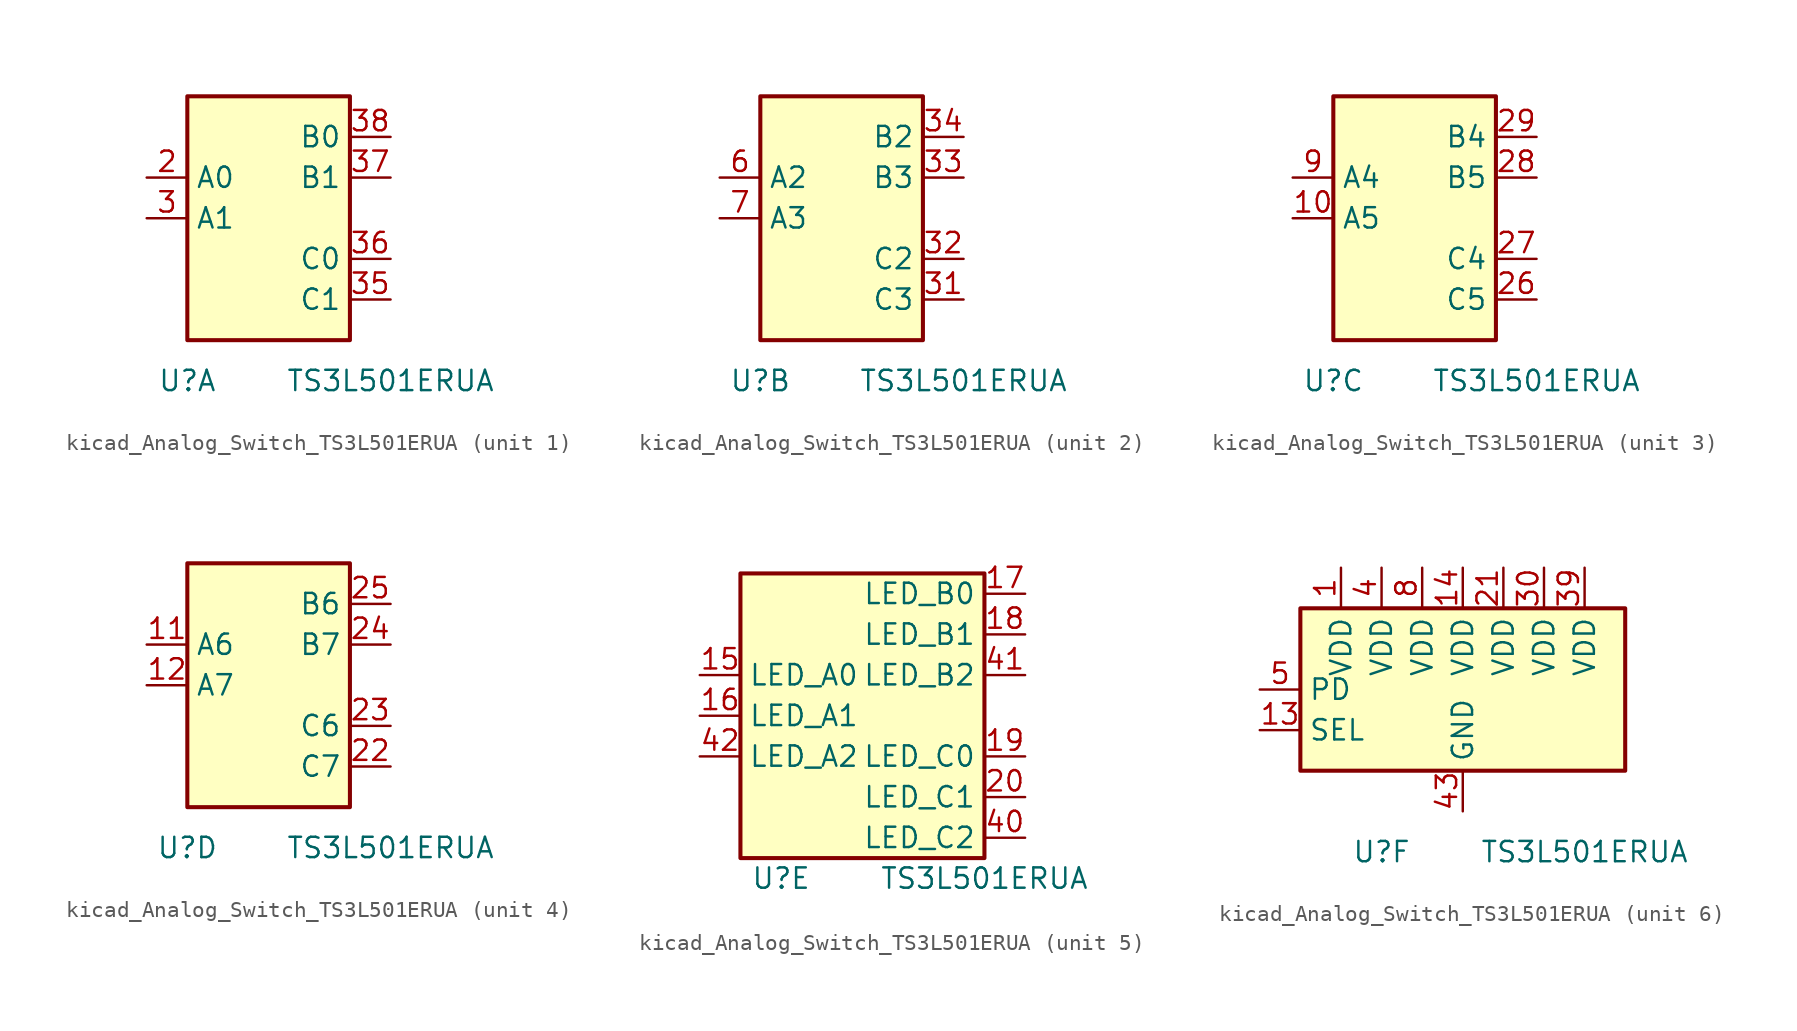
<source format=kicad_sym>
(kicad_symbol_lib
  (version 20220914)
  (generator kicad_symbol_editor)
  (symbol "kicad_Analog_Switch_TS3L501ERUA"
    (property "Reference" "U"
      (at -5.08 -10.16 0)
      (effects (font (size 1.27 1.27))))
    (property "Value" "TS3L501ERUA"
      (at 7.62 -10.16 0)
      (effects (font (size 1.27 1.27))))
    (property "ki_locked" ""
      (at 0 0 0)
      (effects (font (size 1.27 1.27))))
    (symbol "kicad_Analog_Switch_TS3L501ERUA_1_1"
      (rectangle (start -5.08 7.62) (end 5.08 -7.62) (stroke (width 0.254) (type default)) (fill (type background)))
      (pin bidirectional line (at -7.62 2.54 0) (length 2.54) (name "A0" (effects (font (size 1.27 1.27)))) (number "2" (effects (font (size 1.27 1.27)))))
      (pin bidirectional line (at -7.62 0 0) (length 2.54) (name "A1" (effects (font (size 1.27 1.27)))) (number "3" (effects (font (size 1.27 1.27)))))
      (pin bidirectional line (at 7.62 -5.08 180) (length 2.54) (name "C1" (effects (font (size 1.27 1.27)))) (number "35" (effects (font (size 1.27 1.27)))))
      (pin bidirectional line (at 7.62 -2.54 180) (length 2.54) (name "C0" (effects (font (size 1.27 1.27)))) (number "36" (effects (font (size 1.27 1.27)))))
      (pin bidirectional line (at 7.62 2.54 180) (length 2.54) (name "B1" (effects (font (size 1.27 1.27)))) (number "37" (effects (font (size 1.27 1.27)))))
      (pin bidirectional line (at 7.62 5.08 180) (length 2.54) (name "B0" (effects (font (size 1.27 1.27)))) (number "38" (effects (font (size 1.27 1.27))))))
    (symbol "kicad_Analog_Switch_TS3L501ERUA_2_1"
      (rectangle (start -5.08 7.62) (end 5.08 -7.62) (stroke (width 0.254) (type default)) (fill (type background)))
      (pin bidirectional line (at 7.62 -5.08 180) (length 2.54) (name "C3" (effects (font (size 1.27 1.27)))) (number "31" (effects (font (size 1.27 1.27)))))
      (pin bidirectional line (at 7.62 -2.54 180) (length 2.54) (name "C2" (effects (font (size 1.27 1.27)))) (number "32" (effects (font (size 1.27 1.27)))))
      (pin bidirectional line (at 7.62 2.54 180) (length 2.54) (name "B3" (effects (font (size 1.27 1.27)))) (number "33" (effects (font (size 1.27 1.27)))))
      (pin bidirectional line (at 7.62 5.08 180) (length 2.54) (name "B2" (effects (font (size 1.27 1.27)))) (number "34" (effects (font (size 1.27 1.27)))))
      (pin bidirectional line (at -7.62 2.54 0) (length 2.54) (name "A2" (effects (font (size 1.27 1.27)))) (number "6" (effects (font (size 1.27 1.27)))))
      (pin bidirectional line (at -7.62 0 0) (length 2.54) (name "A3" (effects (font (size 1.27 1.27)))) (number "7" (effects (font (size 1.27 1.27))))))
    (symbol "kicad_Analog_Switch_TS3L501ERUA_3_1"
      (rectangle (start -5.08 7.62) (end 5.08 -7.62) (stroke (width 0.254) (type default)) (fill (type background)))
      (pin bidirectional line (at -7.62 0 0) (length 2.54) (name "A5" (effects (font (size 1.27 1.27)))) (number "10" (effects (font (size 1.27 1.27)))))
      (pin bidirectional line (at 7.62 -5.08 180) (length 2.54) (name "C5" (effects (font (size 1.27 1.27)))) (number "26" (effects (font (size 1.27 1.27)))))
      (pin bidirectional line (at 7.62 -2.54 180) (length 2.54) (name "C4" (effects (font (size 1.27 1.27)))) (number "27" (effects (font (size 1.27 1.27)))))
      (pin bidirectional line (at 7.62 2.54 180) (length 2.54) (name "B5" (effects (font (size 1.27 1.27)))) (number "28" (effects (font (size 1.27 1.27)))))
      (pin bidirectional line (at 7.62 5.08 180) (length 2.54) (name "B4" (effects (font (size 1.27 1.27)))) (number "29" (effects (font (size 1.27 1.27)))))
      (pin bidirectional line (at -7.62 2.54 0) (length 2.54) (name "A4" (effects (font (size 1.27 1.27)))) (number "9" (effects (font (size 1.27 1.27))))))
    (symbol "kicad_Analog_Switch_TS3L501ERUA_4_1"
      (rectangle (start -5.08 7.62) (end 5.08 -7.62) (stroke (width 0.254) (type default)) (fill (type background)))
      (pin bidirectional line (at -7.62 2.54 0) (length 2.54) (name "A6" (effects (font (size 1.27 1.27)))) (number "11" (effects (font (size 1.27 1.27)))))
      (pin bidirectional line (at -7.62 0 0) (length 2.54) (name "A7" (effects (font (size 1.27 1.27)))) (number "12" (effects (font (size 1.27 1.27)))))
      (pin bidirectional line (at 7.62 -5.08 180) (length 2.54) (name "C7" (effects (font (size 1.27 1.27)))) (number "22" (effects (font (size 1.27 1.27)))))
      (pin bidirectional line (at 7.62 -2.54 180) (length 2.54) (name "C6" (effects (font (size 1.27 1.27)))) (number "23" (effects (font (size 1.27 1.27)))))
      (pin bidirectional line (at 7.62 2.54 180) (length 2.54) (name "B7" (effects (font (size 1.27 1.27)))) (number "24" (effects (font (size 1.27 1.27)))))
      (pin bidirectional line (at 7.62 5.08 180) (length 2.54) (name "B6" (effects (font (size 1.27 1.27)))) (number "25" (effects (font (size 1.27 1.27))))))
    (symbol "kicad_Analog_Switch_TS3L501ERUA_5_1"
      (rectangle (start -7.62 8.89) (end 7.62 -8.89) (stroke (width 0.254) (type default)) (fill (type background)))
      (pin bidirectional line (at -10.16 2.54 0) (length 2.54) (name "LED_A0" (effects (font (size 1.27 1.27)))) (number "15" (effects (font (size 1.27 1.27)))))
      (pin bidirectional line (at -10.16 0 0) (length 2.54) (name "LED_A1" (effects (font (size 1.27 1.27)))) (number "16" (effects (font (size 1.27 1.27)))))
      (pin bidirectional line (at 10.16 7.62 180) (length 2.54) (name "LED_B0" (effects (font (size 1.27 1.27)))) (number "17" (effects (font (size 1.27 1.27)))))
      (pin bidirectional line (at 10.16 5.08 180) (length 2.54) (name "LED_B1" (effects (font (size 1.27 1.27)))) (number "18" (effects (font (size 1.27 1.27)))))
      (pin bidirectional line (at 10.16 -2.54 180) (length 2.54) (name "LED_C0" (effects (font (size 1.27 1.27)))) (number "19" (effects (font (size 1.27 1.27)))))
      (pin bidirectional line (at 10.16 -5.08 180) (length 2.54) (name "LED_C1" (effects (font (size 1.27 1.27)))) (number "20" (effects (font (size 1.27 1.27)))))
      (pin bidirectional line (at 10.16 -7.62 180) (length 2.54) (name "LED_C2" (effects (font (size 1.27 1.27)))) (number "40" (effects (font (size 1.27 1.27)))))
      (pin bidirectional line (at 10.16 2.54 180) (length 2.54) (name "LED_B2" (effects (font (size 1.27 1.27)))) (number "41" (effects (font (size 1.27 1.27)))))
      (pin bidirectional line (at -10.16 -2.54 0) (length 2.54) (name "LED_A2" (effects (font (size 1.27 1.27)))) (number "42" (effects (font (size 1.27 1.27))))))
    (symbol "kicad_Analog_Switch_TS3L501ERUA_6_0"
      (rectangle (start -10.16 5.08) (end 10.16 -5.08) (stroke (width 0.254) (type default)) (fill (type background))))
    (symbol "kicad_Analog_Switch_TS3L501ERUA_6_1"
      (pin power_in line (at -7.62 7.62 270) (length 2.54) (name "VDD" (effects (font (size 1.27 1.27)))) (number "1" (effects (font (size 1.27 1.27)))))
      (pin input line (at -12.7 -2.54 0) (length 2.54) (name "SEL" (effects (font (size 1.27 1.27)))) (number "13" (effects (font (size 1.27 1.27)))))
      (pin power_in line (at 0 7.62 270) (length 2.54) (name "VDD" (effects (font (size 1.27 1.27)))) (number "14" (effects (font (size 1.27 1.27)))))
      (pin power_in line (at 2.54 7.62 270) (length 2.54) (name "VDD" (effects (font (size 1.27 1.27)))) (number "21" (effects (font (size 1.27 1.27)))))
      (pin power_in line (at 5.08 7.62 270) (length 2.54) (name "VDD" (effects (font (size 1.27 1.27)))) (number "30" (effects (font (size 1.27 1.27)))))
      (pin power_in line (at 7.62 7.62 270) (length 2.54) (name "VDD" (effects (font (size 1.27 1.27)))) (number "39" (effects (font (size 1.27 1.27)))))
      (pin power_in line (at -5.08 7.62 270) (length 2.54) (name "VDD" (effects (font (size 1.27 1.27)))) (number "4" (effects (font (size 1.27 1.27)))))
      (pin power_in line (at 0 -7.62 90) (length 2.54) (name "GND" (effects (font (size 1.27 1.27)))) (number "43" (effects (font (size 1.27 1.27)))))
      (pin input line (at -12.7 0 0) (length 2.54) (name "PD" (effects (font (size 1.27 1.27)))) (number "5" (effects (font (size 1.27 1.27)))))
      (pin power_in line (at -2.54 7.62 270) (length 2.54) (name "VDD" (effects (font (size 1.27 1.27)))) (number "8" (effects (font (size 1.27 1.27))))))))
</source>
